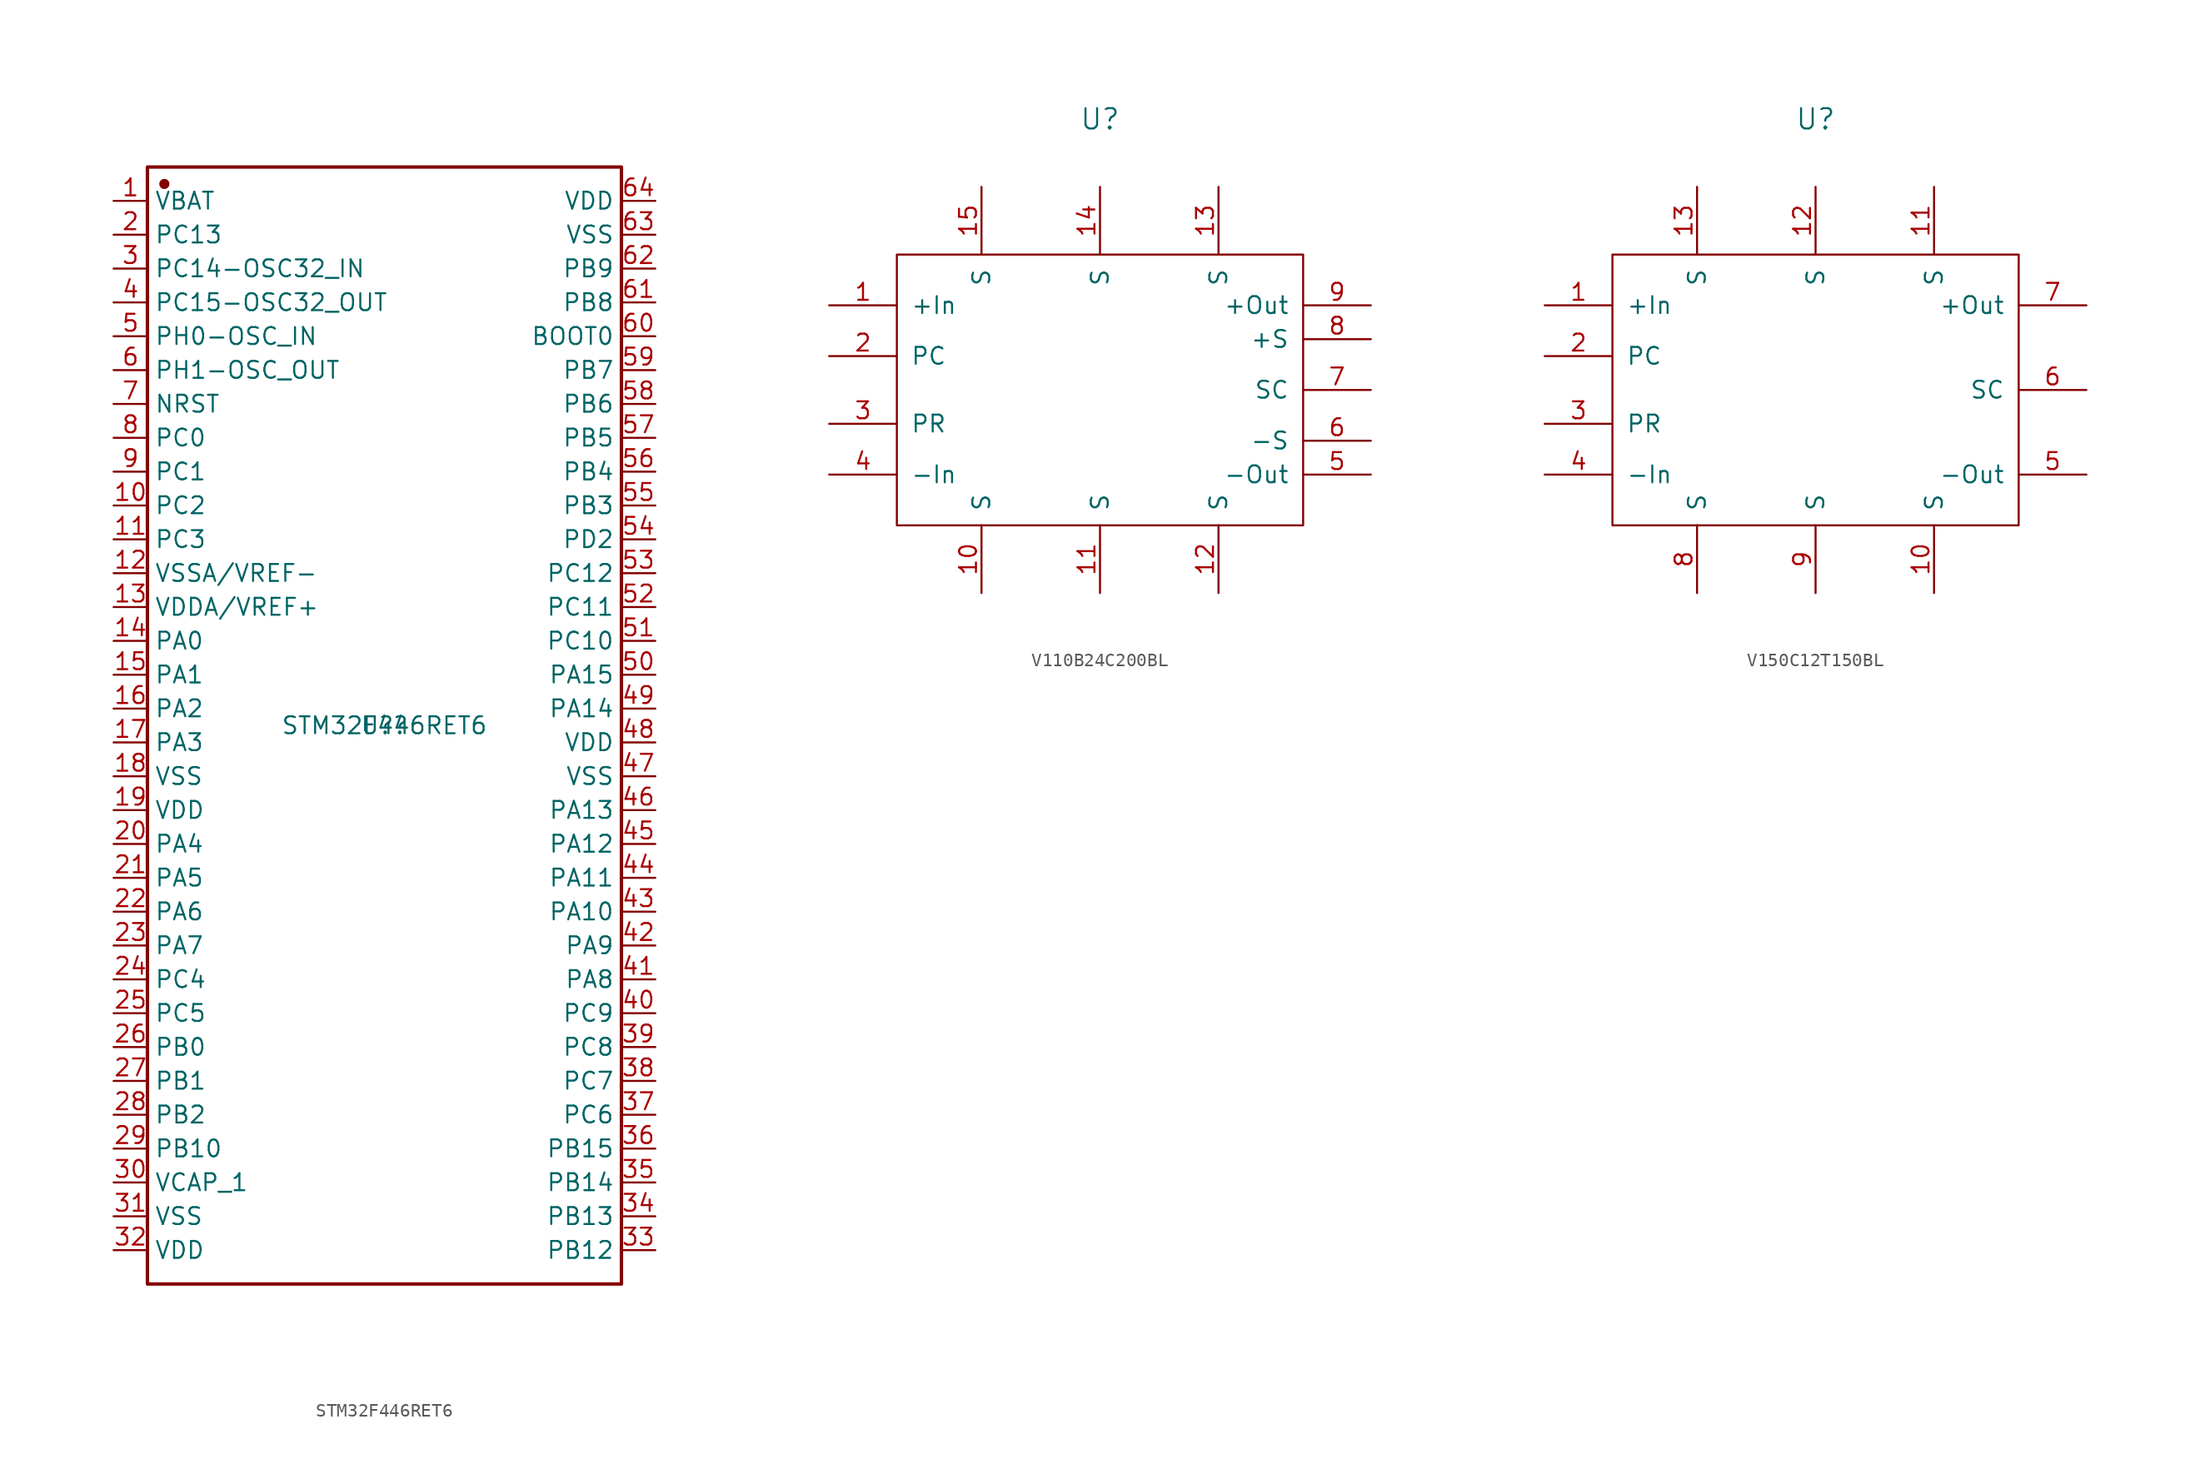
<source format=kicad_sym>
(kicad_symbol_lib
  (version 20241209)
  (generator "kicad_symbol_editor")
  (generator_version "9.0")
  (symbol "STM32F446RET6"
    (property "Reference" "U?"
      (at 0 0 0)
      (effects (font (size 1.27 1.27))))
    (property "Value" "STM32F446RET6"
      (at 0 0 0)
      (effects (font (size 1.27 1.27))))
    (symbol "STM32F446RET6_0_0"
      (rectangle (start -17.78 41.91) (end 17.78 -41.91) (stroke (width 0.254) (type solid)) (fill (type none)))
      (circle (center -16.51 40.64) (radius 0.254) (stroke (width 0.254) (type solid)) (fill (type outline)))
      (pin unspecified line (at -20.32 39.37 0) (length 2.54) (name "VBAT" (effects (font (size 1.27 1.27)))) (number "1" (effects (font (size 1.27 1.27)))))
      (pin unspecified line (at -20.32 36.83 0) (length 2.54) (name "PC13" (effects (font (size 1.27 1.27)))) (number "2" (effects (font (size 1.27 1.27)))))
      (pin unspecified line (at -20.32 34.29 0) (length 2.54) (name "PC14-OSC32_IN" (effects (font (size 1.27 1.27)))) (number "3" (effects (font (size 1.27 1.27)))))
      (pin unspecified line (at -20.32 31.75 0) (length 2.54) (name "PC15-OSC32_OUT" (effects (font (size 1.27 1.27)))) (number "4" (effects (font (size 1.27 1.27)))))
      (pin unspecified line (at -20.32 29.21 0) (length 2.54) (name "PH0-OSC_IN" (effects (font (size 1.27 1.27)))) (number "5" (effects (font (size 1.27 1.27)))))
      (pin unspecified line (at -20.32 26.67 0) (length 2.54) (name "PH1-OSC_OUT" (effects (font (size 1.27 1.27)))) (number "6" (effects (font (size 1.27 1.27)))))
      (pin unspecified line (at -20.32 24.13 0) (length 2.54) (name "NRST" (effects (font (size 1.27 1.27)))) (number "7" (effects (font (size 1.27 1.27)))))
      (pin unspecified line (at -20.32 21.59 0) (length 2.54) (name "PC0" (effects (font (size 1.27 1.27)))) (number "8" (effects (font (size 1.27 1.27)))))
      (pin unspecified line (at -20.32 19.05 0) (length 2.54) (name "PC1" (effects (font (size 1.27 1.27)))) (number "9" (effects (font (size 1.27 1.27)))))
      (pin unspecified line (at -20.32 16.51 0) (length 2.54) (name "PC2" (effects (font (size 1.27 1.27)))) (number "10" (effects (font (size 1.27 1.27)))))
      (pin unspecified line (at -20.32 13.97 0) (length 2.54) (name "PC3" (effects (font (size 1.27 1.27)))) (number "11" (effects (font (size 1.27 1.27)))))
      (pin unspecified line (at -20.32 11.43 0) (length 2.54) (name "VSSA/VREF-" (effects (font (size 1.27 1.27)))) (number "12" (effects (font (size 1.27 1.27)))))
      (pin unspecified line (at -20.32 8.89 0) (length 2.54) (name "VDDA/VREF+" (effects (font (size 1.27 1.27)))) (number "13" (effects (font (size 1.27 1.27)))))
      (pin unspecified line (at -20.32 6.35 0) (length 2.54) (name "PA0" (effects (font (size 1.27 1.27)))) (number "14" (effects (font (size 1.27 1.27)))))
      (pin unspecified line (at -20.32 3.81 0) (length 2.54) (name "PA1" (effects (font (size 1.27 1.27)))) (number "15" (effects (font (size 1.27 1.27)))))
      (pin unspecified line (at -20.32 1.27 0) (length 2.54) (name "PA2" (effects (font (size 1.27 1.27)))) (number "16" (effects (font (size 1.27 1.27)))))
      (pin unspecified line (at -20.32 -1.27 0) (length 2.54) (name "PA3" (effects (font (size 1.27 1.27)))) (number "17" (effects (font (size 1.27 1.27)))))
      (pin unspecified line (at -20.32 -3.81 0) (length 2.54) (name "VSS" (effects (font (size 1.27 1.27)))) (number "18" (effects (font (size 1.27 1.27)))))
      (pin unspecified line (at -20.32 -6.35 0) (length 2.54) (name "VDD" (effects (font (size 1.27 1.27)))) (number "19" (effects (font (size 1.27 1.27)))))
      (pin unspecified line (at -20.32 -8.89 0) (length 2.54) (name "PA4" (effects (font (size 1.27 1.27)))) (number "20" (effects (font (size 1.27 1.27)))))
      (pin unspecified line (at -20.32 -11.43 0) (length 2.54) (name "PA5" (effects (font (size 1.27 1.27)))) (number "21" (effects (font (size 1.27 1.27)))))
      (pin unspecified line (at -20.32 -13.97 0) (length 2.54) (name "PA6" (effects (font (size 1.27 1.27)))) (number "22" (effects (font (size 1.27 1.27)))))
      (pin unspecified line (at -20.32 -16.51 0) (length 2.54) (name "PA7" (effects (font (size 1.27 1.27)))) (number "23" (effects (font (size 1.27 1.27)))))
      (pin unspecified line (at -20.32 -19.05 0) (length 2.54) (name "PC4" (effects (font (size 1.27 1.27)))) (number "24" (effects (font (size 1.27 1.27)))))
      (pin unspecified line (at -20.32 -21.59 0) (length 2.54) (name "PC5" (effects (font (size 1.27 1.27)))) (number "25" (effects (font (size 1.27 1.27)))))
      (pin unspecified line (at -20.32 -24.13 0) (length 2.54) (name "PB0" (effects (font (size 1.27 1.27)))) (number "26" (effects (font (size 1.27 1.27)))))
      (pin unspecified line (at -20.32 -26.67 0) (length 2.54) (name "PB1" (effects (font (size 1.27 1.27)))) (number "27" (effects (font (size 1.27 1.27)))))
      (pin unspecified line (at -20.32 -29.21 0) (length 2.54) (name "PB2" (effects (font (size 1.27 1.27)))) (number "28" (effects (font (size 1.27 1.27)))))
      (pin unspecified line (at -20.32 -31.75 0) (length 2.54) (name "PB10" (effects (font (size 1.27 1.27)))) (number "29" (effects (font (size 1.27 1.27)))))
      (pin unspecified line (at -20.32 -34.29 0) (length 2.54) (name "VCAP_1" (effects (font (size 1.27 1.27)))) (number "30" (effects (font (size 1.27 1.27)))))
      (pin unspecified line (at -20.32 -36.83 0) (length 2.54) (name "VSS" (effects (font (size 1.27 1.27)))) (number "31" (effects (font (size 1.27 1.27)))))
      (pin unspecified line (at -20.32 -39.37 0) (length 2.54) (name "VDD" (effects (font (size 1.27 1.27)))) (number "32" (effects (font (size 1.27 1.27)))))
      (pin unspecified line (at 20.32 39.37 180) (length 2.54) (name "VDD" (effects (font (size 1.27 1.27)))) (number "64" (effects (font (size 1.27 1.27)))))
      (pin unspecified line (at 20.32 36.83 180) (length 2.54) (name "VSS" (effects (font (size 1.27 1.27)))) (number "63" (effects (font (size 1.27 1.27)))))
      (pin unspecified line (at 20.32 34.29 180) (length 2.54) (name "PB9" (effects (font (size 1.27 1.27)))) (number "62" (effects (font (size 1.27 1.27)))))
      (pin unspecified line (at 20.32 31.75 180) (length 2.54) (name "PB8" (effects (font (size 1.27 1.27)))) (number "61" (effects (font (size 1.27 1.27)))))
      (pin unspecified line (at 20.32 29.21 180) (length 2.54) (name "BOOT0" (effects (font (size 1.27 1.27)))) (number "60" (effects (font (size 1.27 1.27)))))
      (pin unspecified line (at 20.32 26.67 180) (length 2.54) (name "PB7" (effects (font (size 1.27 1.27)))) (number "59" (effects (font (size 1.27 1.27)))))
      (pin unspecified line (at 20.32 24.13 180) (length 2.54) (name "PB6" (effects (font (size 1.27 1.27)))) (number "58" (effects (font (size 1.27 1.27)))))
      (pin unspecified line (at 20.32 21.59 180) (length 2.54) (name "PB5" (effects (font (size 1.27 1.27)))) (number "57" (effects (font (size 1.27 1.27)))))
      (pin unspecified line (at 20.32 19.05 180) (length 2.54) (name "PB4" (effects (font (size 1.27 1.27)))) (number "56" (effects (font (size 1.27 1.27)))))
      (pin unspecified line (at 20.32 16.51 180) (length 2.54) (name "PB3" (effects (font (size 1.27 1.27)))) (number "55" (effects (font (size 1.27 1.27)))))
      (pin unspecified line (at 20.32 13.97 180) (length 2.54) (name "PD2" (effects (font (size 1.27 1.27)))) (number "54" (effects (font (size 1.27 1.27)))))
      (pin unspecified line (at 20.32 11.43 180) (length 2.54) (name "PC12" (effects (font (size 1.27 1.27)))) (number "53" (effects (font (size 1.27 1.27)))))
      (pin unspecified line (at 20.32 8.89 180) (length 2.54) (name "PC11" (effects (font (size 1.27 1.27)))) (number "52" (effects (font (size 1.27 1.27)))))
      (pin unspecified line (at 20.32 6.35 180) (length 2.54) (name "PC10" (effects (font (size 1.27 1.27)))) (number "51" (effects (font (size 1.27 1.27)))))
      (pin unspecified line (at 20.32 3.81 180) (length 2.54) (name "PA15" (effects (font (size 1.27 1.27)))) (number "50" (effects (font (size 1.27 1.27)))))
      (pin unspecified line (at 20.32 1.27 180) (length 2.54) (name "PA14" (effects (font (size 1.27 1.27)))) (number "49" (effects (font (size 1.27 1.27)))))
      (pin unspecified line (at 20.32 -1.27 180) (length 2.54) (name "VDD" (effects (font (size 1.27 1.27)))) (number "48" (effects (font (size 1.27 1.27)))))
      (pin unspecified line (at 20.32 -3.81 180) (length 2.54) (name "VSS" (effects (font (size 1.27 1.27)))) (number "47" (effects (font (size 1.27 1.27)))))
      (pin unspecified line (at 20.32 -6.35 180) (length 2.54) (name "PA13" (effects (font (size 1.27 1.27)))) (number "46" (effects (font (size 1.27 1.27)))))
      (pin unspecified line (at 20.32 -8.89 180) (length 2.54) (name "PA12" (effects (font (size 1.27 1.27)))) (number "45" (effects (font (size 1.27 1.27)))))
      (pin unspecified line (at 20.32 -11.43 180) (length 2.54) (name "PA11" (effects (font (size 1.27 1.27)))) (number "44" (effects (font (size 1.27 1.27)))))
      (pin unspecified line (at 20.32 -13.97 180) (length 2.54) (name "PA10" (effects (font (size 1.27 1.27)))) (number "43" (effects (font (size 1.27 1.27)))))
      (pin unspecified line (at 20.32 -16.51 180) (length 2.54) (name "PA9" (effects (font (size 1.27 1.27)))) (number "42" (effects (font (size 1.27 1.27)))))
      (pin unspecified line (at 20.32 -19.05 180) (length 2.54) (name "PA8" (effects (font (size 1.27 1.27)))) (number "41" (effects (font (size 1.27 1.27)))))
      (pin unspecified line (at 20.32 -21.59 180) (length 2.54) (name "PC9" (effects (font (size 1.27 1.27)))) (number "40" (effects (font (size 1.27 1.27)))))
      (pin unspecified line (at 20.32 -24.13 180) (length 2.54) (name "PC8" (effects (font (size 1.27 1.27)))) (number "39" (effects (font (size 1.27 1.27)))))
      (pin unspecified line (at 20.32 -26.67 180) (length 2.54) (name "PC7" (effects (font (size 1.27 1.27)))) (number "38" (effects (font (size 1.27 1.27)))))
      (pin unspecified line (at 20.32 -29.21 180) (length 2.54) (name "PC6" (effects (font (size 1.27 1.27)))) (number "37" (effects (font (size 1.27 1.27)))))
      (pin unspecified line (at 20.32 -31.75 180) (length 2.54) (name "PB15" (effects (font (size 1.27 1.27)))) (number "36" (effects (font (size 1.27 1.27)))))
      (pin unspecified line (at 20.32 -34.29 180) (length 2.54) (name "PB14" (effects (font (size 1.27 1.27)))) (number "35" (effects (font (size 1.27 1.27)))))
      (pin unspecified line (at 20.32 -36.83 180) (length 2.54) (name "PB13" (effects (font (size 1.27 1.27)))) (number "34" (effects (font (size 1.27 1.27)))))
      (pin unspecified line (at 20.32 -39.37 180) (length 2.54) (name "PB12" (effects (font (size 1.27 1.27)))) (number "33" (effects (font (size 1.27 1.27)))))))
  (symbol "V110B24C200BL"
    (pin_names
      (offset 1.016))
    (property "Reference" "U"
      (at 0 20.32 0)
      (effects (font (size 1.524 1.524))))
    (symbol "V110B24C200BL_0_1"
      (rectangle (start -15.24 10.16) (end 15.24 -10.16) (stroke (width 0) (type default)) (fill (type none))))
    (symbol "V110B24C200BL_1_1"
      (pin input line (at -20.32 6.35 0) (length 5.08) (name "+In" (effects (font (size 1.27 1.27)))) (number "1" (effects (font (size 1.27 1.27)))))
      (pin input line (at -20.32 2.54 0) (length 5.08) (name "PC" (effects (font (size 1.27 1.27)))) (number "2" (effects (font (size 1.27 1.27)))))
      (pin input line (at -20.32 -2.54 0) (length 5.08) (name "PR" (effects (font (size 1.27 1.27)))) (number "3" (effects (font (size 1.27 1.27)))))
      (pin input line (at -20.32 -6.35 0) (length 5.08) (name "-In" (effects (font (size 1.27 1.27)))) (number "4" (effects (font (size 1.27 1.27)))))
      (pin input line (at -8.89 15.24 270) (length 5.08) (name "S" (effects (font (size 1.27 1.27)))) (number "15" (effects (font (size 1.27 1.27)))))
      (pin input line (at -8.89 -15.24 90) (length 5.08) (name "S" (effects (font (size 1.27 1.27)))) (number "10" (effects (font (size 1.27 1.27)))))
      (pin input line (at 0 15.24 270) (length 5.08) (name "S" (effects (font (size 1.27 1.27)))) (number "14" (effects (font (size 1.27 1.27)))))
      (pin input line (at 0 -15.24 90) (length 5.08) (name "S" (effects (font (size 1.27 1.27)))) (number "11" (effects (font (size 1.27 1.27)))))
      (pin input line (at 8.89 15.24 270) (length 5.08) (name "S" (effects (font (size 1.27 1.27)))) (number "13" (effects (font (size 1.27 1.27)))))
      (pin input line (at 8.89 -15.24 90) (length 5.08) (name "S" (effects (font (size 1.27 1.27)))) (number "12" (effects (font (size 1.27 1.27)))))
      (pin input line (at 20.32 6.35 180) (length 5.08) (name "+Out" (effects (font (size 1.27 1.27)))) (number "9" (effects (font (size 1.27 1.27)))))
      (pin input line (at 20.32 3.81 180) (length 5.08) (name "+S" (effects (font (size 1.27 1.27)))) (number "8" (effects (font (size 1.27 1.27)))))
      (pin input line (at 20.32 0 180) (length 5.08) (name "SC" (effects (font (size 1.27 1.27)))) (number "7" (effects (font (size 1.27 1.27)))))
      (pin input line (at 20.32 -3.81 180) (length 5.08) (name "-S" (effects (font (size 1.27 1.27)))) (number "6" (effects (font (size 1.27 1.27)))))
      (pin input line (at 20.32 -6.35 180) (length 5.08) (name "-Out" (effects (font (size 1.27 1.27)))) (number "5" (effects (font (size 1.27 1.27)))))))
  (symbol "V150C12T150BL"
    (pin_names
      (offset 1.016))
    (property "Reference" "U"
      (at 0 20.32 0)
      (effects (font (size 1.524 1.524))))
    (symbol "V150C12T150BL_0_1"
      (rectangle (start -15.24 10.16) (end 15.24 -10.16) (stroke (width 0) (type default)) (fill (type none))))
    (symbol "V150C12T150BL_1_1"
      (pin input line (at -20.32 6.35 0) (length 5.08) (name "+In" (effects (font (size 1.27 1.27)))) (number "1" (effects (font (size 1.27 1.27)))))
      (pin input line (at -20.32 2.54 0) (length 5.08) (name "PC" (effects (font (size 1.27 1.27)))) (number "2" (effects (font (size 1.27 1.27)))))
      (pin input line (at -20.32 -2.54 0) (length 5.08) (name "PR" (effects (font (size 1.27 1.27)))) (number "3" (effects (font (size 1.27 1.27)))))
      (pin input line (at -20.32 -6.35 0) (length 5.08) (name "-In" (effects (font (size 1.27 1.27)))) (number "4" (effects (font (size 1.27 1.27)))))
      (pin input line (at -8.89 15.24 270) (length 5.08) (name "S" (effects (font (size 1.27 1.27)))) (number "13" (effects (font (size 1.27 1.27)))))
      (pin input line (at -8.89 -15.24 90) (length 5.08) (name "S" (effects (font (size 1.27 1.27)))) (number "8" (effects (font (size 1.27 1.27)))))
      (pin input line (at 0 15.24 270) (length 5.08) (name "S" (effects (font (size 1.27 1.27)))) (number "12" (effects (font (size 1.27 1.27)))))
      (pin input line (at 0 -15.24 90) (length 5.08) (name "S" (effects (font (size 1.27 1.27)))) (number "9" (effects (font (size 1.27 1.27)))))
      (pin input line (at 8.89 15.24 270) (length 5.08) (name "S" (effects (font (size 1.27 1.27)))) (number "11" (effects (font (size 1.27 1.27)))))
      (pin input line (at 8.89 -15.24 90) (length 5.08) (name "S" (effects (font (size 1.27 1.27)))) (number "10" (effects (font (size 1.27 1.27)))))
      (pin input line (at 20.32 6.35 180) (length 5.08) (name "+Out" (effects (font (size 1.27 1.27)))) (number "7" (effects (font (size 1.27 1.27)))))
      (pin input line (at 20.32 0 180) (length 5.08) (name "SC" (effects (font (size 1.27 1.27)))) (number "6" (effects (font (size 1.27 1.27)))))
      (pin input line (at 20.32 -6.35 180) (length 5.08) (name "-Out" (effects (font (size 1.27 1.27)))) (number "5" (effects (font (size 1.27 1.27))))))))
</source>
